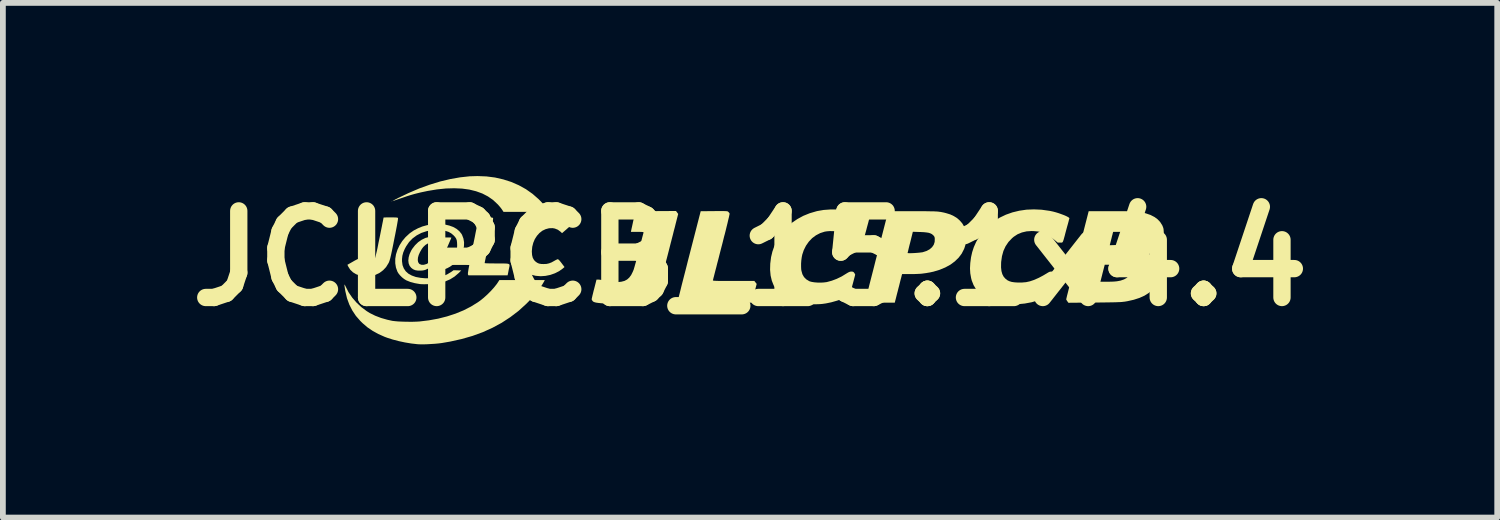
<source format=kicad_pcb>
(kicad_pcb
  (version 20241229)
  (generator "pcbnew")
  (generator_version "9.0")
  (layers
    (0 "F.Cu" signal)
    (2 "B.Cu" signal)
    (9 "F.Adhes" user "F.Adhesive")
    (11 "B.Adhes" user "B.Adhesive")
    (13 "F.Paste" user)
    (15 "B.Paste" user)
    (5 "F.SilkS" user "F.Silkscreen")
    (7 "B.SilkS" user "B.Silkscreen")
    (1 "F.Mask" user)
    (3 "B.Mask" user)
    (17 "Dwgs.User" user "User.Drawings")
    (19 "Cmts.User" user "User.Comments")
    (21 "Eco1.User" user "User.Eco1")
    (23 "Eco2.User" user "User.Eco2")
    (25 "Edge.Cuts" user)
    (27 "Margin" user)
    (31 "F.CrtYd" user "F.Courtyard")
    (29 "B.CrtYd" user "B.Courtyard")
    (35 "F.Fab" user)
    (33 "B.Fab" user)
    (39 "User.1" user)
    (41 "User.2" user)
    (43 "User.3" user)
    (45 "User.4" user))
  (footprint "JCLPCB_15.1x4.4"
    (layer "F.Cu")
    (at 9.943 1.425)
    (property "Reference" "JCLPCB_15.1x4.4" (at 0 0 0) (layer "F.SilkS") (effects (font (size 1.5 1.5) (thickness 0.3))))
    (attr board_only exclude_from_pos_files exclude_from_bom)
    (fp_poly (pts (xy -6.2 -0.986) (xy -6.204 -0.982) (xy -6.208 -0.986) (xy -6.204 -0.99)) (stroke (width 0) (type solid)) (fill yes) (layer "F.SilkS"))
    (fp_poly (pts (xy -4.567 -1.419) (xy -4.418 -1.4) (xy -4.274 -1.367) (xy -4.136 -1.323) (xy -4.006 -1.266) (xy -3.883 -1.198) (xy -3.768 -1.117) (xy -3.665 -1.027) (xy -3.628 -0.99) (xy -3.59 -0.949) (xy -3.555 -0.908) (xy -3.524 -0.87) (xy -3.501 -0.838) (xy -3.495 -0.828) (xy -3.482 -0.805) (xy -3.876 -0.805) (xy -4.271 -0.805) (xy -4.297 -0.845) (xy -4.315 -0.87) (xy -4.339 -0.899) (xy -4.365 -0.929) (xy -4.374 -0.938) (xy -4.452 -1.011) (xy -4.54 -1.072) (xy -4.638 -1.123) (xy -4.746 -1.162) (xy -4.863 -1.191) (xy -4.989 -1.208) (xy -5.125 -1.214) (xy -5.269 -1.21) (xy -5.423 -1.194) (xy -5.586 -1.167) (xy -5.643 -1.155) (xy -5.704 -1.142) (xy -5.762 -1.128) (xy -5.82 -1.113) (xy -5.879 -1.096) (xy -5.943 -1.076) (xy -6.013 -1.052) (xy -6.093 -1.025) (xy -6.182 -0.994) (xy -6.192 -0.991) (xy -6.189 -0.994) (xy -6.175 -1.003) (xy -6.151 -1.017) (xy -6.117 -1.034) (xy -6.103 -1.042) (xy -5.916 -1.131) (xy -5.731 -1.21) (xy -5.548 -1.276) (xy -5.369 -1.331) (xy -5.193 -1.373) (xy -5.023 -1.403) (xy -4.858 -1.421) (xy -4.722 -1.425)) (stroke (width 0) (type solid)) (fill yes) (layer "F.SilkS"))
    (fp_poly (pts (xy -4.533 -0.709) (xy -4.5 -0.708) (xy -4.477 -0.707) (xy -4.463 -0.704) (xy -4.455 -0.701) (xy -4.452 -0.697) (xy -4.451 -0.687) (xy -4.454 -0.662) (xy -4.461 -0.623) (xy -4.47 -0.57) (xy -4.482 -0.503) (xy -4.498 -0.422) (xy -4.517 -0.328) (xy -4.521 -0.304) (xy -4.536 -0.231) (xy -4.55 -0.163) (xy -4.562 -0.1) (xy -4.573 -0.044) (xy -4.582 0.004) (xy -4.59 0.041) (xy -4.595 0.067) (xy -4.597 0.081) (xy -4.598 0.083) (xy -4.591 0.084) (xy -4.571 0.086) (xy -4.54 0.087) (xy -4.5 0.088) (xy -4.452 0.088) (xy -4.399 0.089) (xy -4.392 0.089) (xy -4.327 0.089) (xy -4.275 0.089) (xy -4.235 0.09) (xy -4.206 0.092) (xy -4.186 0.096) (xy -4.174 0.102) (xy -4.167 0.111) (xy -4.166 0.123) (xy -4.168 0.139) (xy -4.172 0.159) (xy -4.173 0.162) (xy -4.18 0.196) (xy -4.187 0.232) (xy -4.191 0.253) (xy -4.2 0.295) (xy -4.539 0.295) (xy -4.879 0.295) (xy -4.887 0.278) (xy -4.888 0.272) (xy -4.887 0.261) (xy -4.886 0.243) (xy -4.882 0.219) (xy -4.877 0.186) (xy -4.869 0.144) (xy -4.86 0.093) (xy -4.848 0.03) (xy -4.833 -0.044) (xy -4.816 -0.131) (xy -4.801 -0.207) (xy -4.785 -0.289) (xy -4.769 -0.366) (xy -4.755 -0.439) (xy -4.742 -0.504) (xy -4.73 -0.562) (xy -4.72 -0.611) (xy -4.712 -0.65) (xy -4.707 -0.677) (xy -4.704 -0.691) (xy -4.703 -0.692) (xy -4.702 -0.699) (xy -4.698 -0.703) (xy -4.69 -0.706) (xy -4.676 -0.708) (xy -4.653 -0.709) (xy -4.62 -0.709) (xy -4.579 -0.709)) (stroke (width 0) (type solid)) (fill yes) (layer "F.SilkS"))
    (fp_poly (pts (xy -0.468 -0.819) (xy -0.438 -0.818) (xy -0.416 -0.817) (xy -0.401 -0.816) (xy -0.391 -0.814) (xy -0.384 -0.811) (xy -0.379 -0.807) (xy -0.376 -0.804) (xy -0.362 -0.789) (xy -0.354 -0.775) (xy -0.355 -0.766) (xy -0.36 -0.743) (xy -0.367 -0.709) (xy -0.378 -0.665) (xy -0.39 -0.612) (xy -0.405 -0.552) (xy -0.421 -0.486) (xy -0.439 -0.415) (xy -0.448 -0.383) (xy -0.478 -0.262) (xy -0.506 -0.155) (xy -0.53 -0.061) (xy -0.551 0.022) (xy -0.57 0.093) (xy -0.585 0.154) (xy -0.599 0.206) (xy -0.61 0.249) (xy -0.619 0.284) (xy -0.626 0.313) (xy -0.632 0.334) (xy -0.636 0.351) (xy -0.639 0.363) (xy -0.641 0.371) (xy -0.643 0.376) (xy -0.643 0.379) (xy -0.644 0.381) (xy -0.641 0.384) (xy -0.636 0.386) (xy -0.626 0.388) (xy -0.609 0.389) (xy -0.586 0.39) (xy -0.554 0.391) (xy -0.513 0.391) (xy -0.461 0.391) (xy -0.398 0.391) (xy -0.321 0.391) (xy -0.287 0.391) (xy 0.074 0.391) (xy 0.094 0.417) (xy 0.115 0.443) (xy 0.077 0.589) (xy 0.066 0.634) (xy 0.055 0.675) (xy 0.045 0.71) (xy 0.038 0.736) (xy 0.034 0.75) (xy 0.033 0.752) (xy 0.026 0.768) (xy -0.59 0.768) (xy -1.207 0.768) (xy -1.226 0.743) (xy -1.237 0.726) (xy -1.244 0.711) (xy -1.244 0.708) (xy -1.243 0.7) (xy -1.237 0.678) (xy -1.229 0.644) (xy -1.217 0.598) (xy -1.203 0.542) (xy -1.187 0.476) (xy -1.168 0.402) (xy -1.147 0.32) (xy -1.124 0.231) (xy -1.1 0.137) (xy -1.075 0.037) (xy -1.05 -0.059) (xy -0.855 -0.816) (xy -0.624 -0.818) (xy -0.56 -0.819) (xy -0.508 -0.819)) (stroke (width 0) (type solid)) (fill yes) (layer "F.SilkS"))
    (fp_poly (pts (xy -3.311 -0.718) (xy -3.242 -0.697) (xy -3.18 -0.665) (xy -3.131 -0.627) (xy -3.112 -0.608) (xy -3.098 -0.592) (xy -3.093 -0.583) (xy -3.093 -0.583) (xy -3.099 -0.576) (xy -3.114 -0.561) (xy -3.136 -0.541) (xy -3.164 -0.517) (xy -3.176 -0.506) (xy -3.257 -0.436) (xy -3.283 -0.461) (xy -3.329 -0.495) (xy -3.381 -0.516) (xy -3.42 -0.523) (xy -3.482 -0.521) (xy -3.542 -0.505) (xy -3.598 -0.478) (xy -3.648 -0.439) (xy -3.691 -0.391) (xy -3.728 -0.334) (xy -3.755 -0.27) (xy -3.773 -0.2) (xy -3.78 -0.125) (xy -3.78 -0.114) (xy -3.776 -0.057) (xy -3.764 -0.009) (xy -3.742 0.03) (xy -3.719 0.054) (xy -3.689 0.076) (xy -3.656 0.091) (xy -3.616 0.098) (xy -3.575 0.099) (xy -3.526 0.097) (xy -3.482 0.087) (xy -3.438 0.07) (xy -3.391 0.044) (xy -3.366 0.03) (xy -3.345 0.02) (xy -3.331 0.015) (xy -3.329 0.015) (xy -3.319 0.021) (xy -3.301 0.038) (xy -3.278 0.066) (xy -3.265 0.083) (xy -3.214 0.151) (xy -3.243 0.176) (xy -3.307 0.222) (xy -3.38 0.259) (xy -3.46 0.287) (xy -3.543 0.304) (xy -3.627 0.31) (xy -3.709 0.303) (xy -3.713 0.303) (xy -3.792 0.283) (xy -3.861 0.252) (xy -3.92 0.212) (xy -3.968 0.162) (xy -4.006 0.103) (xy -4.032 0.037) (xy -4.046 -0.037) (xy -4.048 -0.118) (xy -4.037 -0.204) (xy -4.032 -0.229) (xy -4.011 -0.301) (xy -3.982 -0.372) (xy -3.954 -0.426) (xy -3.931 -0.459) (xy -3.9 -0.498) (xy -3.864 -0.536) (xy -3.827 -0.573) (xy -3.793 -0.602) (xy -3.778 -0.613) (xy -3.702 -0.658) (xy -3.623 -0.692) (xy -3.542 -0.715) (xy -3.463 -0.727) (xy -3.385 -0.728)) (stroke (width 0) (type solid)) (fill yes) (layer "F.SilkS"))
    (fp_poly (pts (xy -3.568 0.401) (xy -3.603 0.46) (xy -3.648 0.526) (xy -3.701 0.596) (xy -3.762 0.668) (xy -3.828 0.74) (xy -3.879 0.791) (xy -4.011 0.911) (xy -4.153 1.019) (xy -4.303 1.117) (xy -4.462 1.203) (xy -4.63 1.279) (xy -4.808 1.344) (xy -4.996 1.398) (xy -5.194 1.442) (xy -5.339 1.467) (xy -5.394 1.474) (xy -5.457 1.48) (xy -5.522 1.484) (xy -5.589 1.488) (xy -5.652 1.49) (xy -5.708 1.49) (xy -5.754 1.488) (xy -5.765 1.487) (xy -5.87 1.475) (xy -5.978 1.457) (xy -6.086 1.434) (xy -6.189 1.407) (xy -6.283 1.377) (xy -6.329 1.36) (xy -6.439 1.311) (xy -6.537 1.257) (xy -6.627 1.196) (xy -6.71 1.125) (xy -6.751 1.085) (xy -6.828 0.997) (xy -6.891 0.902) (xy -6.942 0.801) (xy -6.982 0.692) (xy -7.01 0.573) (xy -7.013 0.558) (xy -7.02 0.512) (xy -7.025 0.48) (xy -7.026 0.461) (xy -7.025 0.454) (xy -7.02 0.459) (xy -7.012 0.475) (xy -7.006 0.487) (xy -6.956 0.586) (xy -6.892 0.68) (xy -6.817 0.767) (xy -6.733 0.846) (xy -6.64 0.915) (xy -6.585 0.949) (xy -6.494 0.994) (xy -6.392 1.033) (xy -6.283 1.064) (xy -6.197 1.083) (xy -6.156 1.088) (xy -6.103 1.093) (xy -6.042 1.096) (xy -5.976 1.098) (xy -5.908 1.099) (xy -5.841 1.099) (xy -5.779 1.097) (xy -5.726 1.094) (xy -5.562 1.074) (xy -5.403 1.045) (xy -5.249 1.006) (xy -5.102 0.958) (xy -4.963 0.901) (xy -4.834 0.835) (xy -4.716 0.762) (xy -4.675 0.733) (xy -4.613 0.683) (xy -4.55 0.626) (xy -4.49 0.566) (xy -4.435 0.505) (xy -4.389 0.447) (xy -4.364 0.41) (xy -4.343 0.377) (xy -3.949 0.377) (xy -3.556 0.377)) (stroke (width 0) (type solid)) (fill yes) (layer "F.SilkS"))
    (fp_poly (pts (xy -6.181 -0.709) (xy -6.147 -0.708) (xy -6.125 -0.707) (xy -6.11 -0.705) (xy -6.102 -0.701) (xy -6.099 -0.697) (xy -6.098 -0.687) (xy -6.101 -0.662) (xy -6.108 -0.622) (xy -6.117 -0.569) (xy -6.13 -0.501) (xy -6.146 -0.418) (xy -6.164 -0.329) (xy -6.18 -0.247) (xy -6.194 -0.178) (xy -6.206 -0.12) (xy -6.216 -0.073) (xy -6.225 -0.035) (xy -6.232 -0.004) (xy -6.239 0.02) (xy -6.245 0.04) (xy -6.251 0.057) (xy -6.257 0.072) (xy -6.264 0.085) (xy -6.304 0.15) (xy -6.355 0.205) (xy -6.416 0.251) (xy -6.486 0.285) (xy -6.509 0.293) (xy -6.54 0.3) (xy -6.581 0.304) (xy -6.628 0.307) (xy -6.675 0.307) (xy -6.718 0.305) (xy -6.752 0.3) (xy -6.757 0.299) (xy -6.823 0.276) (xy -6.879 0.242) (xy -6.925 0.198) (xy -6.958 0.147) (xy -6.975 0.112) (xy -6.884 0.06) (xy -6.851 0.041) (xy -6.821 0.025) (xy -6.798 0.014) (xy -6.784 0.008) (xy -6.782 0.007) (xy -6.771 0.013) (xy -6.757 0.028) (xy -6.748 0.039) (xy -6.724 0.069) (xy -6.701 0.087) (xy -6.673 0.097) (xy -6.636 0.1) (xy -6.633 0.1) (xy -6.6 0.098) (xy -6.577 0.094) (xy -6.557 0.085) (xy -6.554 0.083) (xy -6.542 0.075) (xy -6.532 0.066) (xy -6.522 0.055) (xy -6.513 0.04) (xy -6.505 0.021) (xy -6.496 -0.004) (xy -6.487 -0.036) (xy -6.477 -0.077) (xy -6.465 -0.127) (xy -6.452 -0.187) (xy -6.438 -0.26) (xy -6.42 -0.346) (xy -6.418 -0.355) (xy -6.404 -0.425) (xy -6.391 -0.49) (xy -6.379 -0.549) (xy -6.369 -0.601) (xy -6.36 -0.644) (xy -6.354 -0.677) (xy -6.35 -0.698) (xy -6.348 -0.707) (xy -6.348 -0.707) (xy -6.341 -0.707) (xy -6.322 -0.708) (xy -6.293 -0.709) (xy -6.256 -0.709) (xy -6.227 -0.709)) (stroke (width 0) (type solid)) (fill yes) (layer "F.SilkS"))
    (fp_poly (pts (xy -1.264 -0.795) (xy -1.245 -0.769) (xy -1.288 -0.601) (xy -1.303 -0.54) (xy -1.321 -0.473) (xy -1.338 -0.404) (xy -1.355 -0.339) (xy -1.369 -0.283) (xy -1.37 -0.281) (xy -1.397 -0.174) (xy -1.421 -0.08) (xy -1.442 0.001) (xy -1.461 0.072) (xy -1.477 0.132) (xy -1.49 0.182) (xy -1.502 0.225) (xy -1.512 0.261) (xy -1.521 0.29) (xy -1.529 0.315) (xy -1.536 0.335) (xy -1.542 0.353) (xy -1.549 0.369) (xy -1.555 0.383) (xy -1.558 0.389) (xy -1.606 0.476) (xy -1.661 0.551) (xy -1.726 0.615) (xy -1.799 0.668) (xy -1.883 0.711) (xy -1.978 0.745) (xy -2.024 0.757) (xy -2.111 0.774) (xy -2.21 0.784) (xy -2.318 0.789) (xy -2.433 0.788) (xy -2.528 0.782) (xy -2.587 0.777) (xy -2.634 0.772) (xy -2.668 0.767) (xy -2.694 0.76) (xy -2.712 0.753) (xy -2.724 0.743) (xy -2.727 0.74) (xy -2.738 0.724) (xy -2.744 0.71) (xy -2.744 0.709) (xy -2.742 0.699) (xy -2.737 0.677) (xy -2.73 0.645) (xy -2.72 0.605) (xy -2.709 0.559) (xy -2.702 0.534) (xy -2.66 0.369) (xy -2.615 0.369) (xy -2.559 0.376) (xy -2.514 0.389) (xy -2.485 0.398) (xy -2.456 0.404) (xy -2.422 0.409) (xy -2.379 0.411) (xy -2.369 0.412) (xy -2.293 0.412) (xy -2.229 0.405) (xy -2.175 0.391) (xy -2.13 0.367) (xy -2.093 0.334) (xy -2.06 0.29) (xy -2.032 0.234) (xy -2.016 0.196) (xy -2.011 0.179) (xy -2.002 0.149) (xy -1.991 0.109) (xy -1.977 0.06) (xy -1.962 0.004) (xy -1.946 -0.057) (xy -1.929 -0.122) (xy -1.924 -0.141) (xy -1.908 -0.204) (xy -1.893 -0.264) (xy -1.879 -0.317) (xy -1.867 -0.364) (xy -1.857 -0.401) (xy -1.85 -0.428) (xy -1.846 -0.443) (xy -1.846 -0.445) (xy -1.845 -0.45) (xy -1.849 -0.453) (xy -1.858 -0.456) (xy -1.876 -0.457) (xy -1.904 -0.458) (xy -1.944 -0.458) (xy -1.953 -0.458) (xy -2.064 -0.458) (xy -2.06 -0.479) (xy -2.057 -0.492) (xy -2.052 -0.517) (xy -2.044 -0.552) (xy -2.035 -0.594) (xy -2.025 -0.641) (xy -2.021 -0.658) (xy -1.986 -0.816) (xy -1.635 -0.818) (xy -1.283 -0.82)) (stroke (width 0) (type solid)) (fill yes) (layer "F.SilkS"))
    (fp_poly (pts (xy 2.902 -0.816) (xy 2.979 -0.816) (xy 3.045 -0.816) (xy 3.1 -0.815) (xy 3.145 -0.814) (xy 3.183 -0.814) (xy 3.214 -0.812) (xy 3.24 -0.811) (xy 3.261 -0.809) (xy 3.281 -0.806) (xy 3.299 -0.804) (xy 3.305 -0.803) (xy 3.392 -0.784) (xy 3.467 -0.761) (xy 3.531 -0.731) (xy 3.587 -0.696) (xy 3.631 -0.657) (xy 3.675 -0.607) (xy 3.707 -0.553) (xy 3.729 -0.494) (xy 3.741 -0.426) (xy 3.744 -0.366) (xy 3.741 -0.296) (xy 3.731 -0.234) (xy 3.713 -0.176) (xy 3.706 -0.159) (xy 3.666 -0.081) (xy 3.613 -0.011) (xy 3.547 0.053) (xy 3.47 0.11) (xy 3.382 0.158) (xy 3.283 0.199) (xy 3.173 0.232) (xy 3.054 0.255) (xy 2.979 0.265) (xy 2.947 0.268) (xy 2.904 0.27) (xy 2.856 0.272) (xy 2.805 0.273) (xy 2.77 0.273) (xy 2.634 0.273) (xy 2.626 0.301) (xy 2.623 0.315) (xy 2.616 0.342) (xy 2.606 0.379) (xy 2.595 0.423) (xy 2.583 0.472) (xy 2.57 0.521) (xy 2.557 0.573) (xy 2.544 0.622) (xy 2.533 0.666) (xy 2.524 0.702) (xy 2.517 0.728) (xy 2.514 0.74) (xy 2.507 0.768) (xy 2.275 0.768) (xy 2.043 0.768) (xy 2.024 0.743) (xy 2.012 0.726) (xy 2.006 0.711) (xy 2.005 0.708) (xy 2.007 0.7) (xy 2.013 0.678) (xy 2.021 0.644) (xy 2.032 0.598) (xy 2.047 0.542) (xy 2.063 0.476) (xy 2.082 0.402) (xy 2.103 0.32) (xy 2.126 0.231) (xy 2.15 0.137) (xy 2.175 0.037) (xy 2.2 -0.059) (xy 2.208 -0.092) (xy 2.729 -0.092) (xy 2.736 -0.09) (xy 2.755 -0.089) (xy 2.783 -0.089) (xy 2.817 -0.09) (xy 2.855 -0.092) (xy 2.894 -0.095) (xy 2.93 -0.098) (xy 2.962 -0.102) (xy 2.987 -0.105) (xy 2.994 -0.107) (xy 3.059 -0.128) (xy 3.112 -0.157) (xy 3.153 -0.193) (xy 3.182 -0.235) (xy 3.198 -0.284) (xy 3.2 -0.338) (xy 3.2 -0.342) (xy 3.196 -0.368) (xy 3.186 -0.386) (xy 3.17 -0.403) (xy 3.149 -0.42) (xy 3.125 -0.432) (xy 3.096 -0.442) (xy 3.059 -0.448) (xy 3.012 -0.453) (xy 2.953 -0.456) (xy 2.943 -0.456) (xy 2.82 -0.46) (xy 2.775 -0.278) (xy 2.762 -0.229) (xy 2.751 -0.184) (xy 2.742 -0.146) (xy 2.735 -0.116) (xy 2.73 -0.098) (xy 2.729 -0.092) (xy 2.208 -0.092) (xy 2.394 -0.816) (xy 2.811 -0.816)) (stroke (width 0) (type solid)) (fill yes) (layer "F.SilkS"))
    (fp_poly (pts (xy 5.051 -0.842) (xy 5.186 -0.823) (xy 5.207 -0.819) (xy 5.253 -0.809) (xy 5.301 -0.796) (xy 5.349 -0.781) (xy 5.396 -0.764) (xy 5.439 -0.748) (xy 5.476 -0.732) (xy 5.505 -0.717) (xy 5.524 -0.705) (xy 5.532 -0.695) (xy 5.532 -0.692) (xy 5.529 -0.683) (xy 5.523 -0.661) (xy 5.515 -0.629) (xy 5.504 -0.589) (xy 5.491 -0.543) (xy 5.48 -0.502) (xy 5.463 -0.439) (xy 5.45 -0.388) (xy 5.439 -0.349) (xy 5.431 -0.32) (xy 5.423 -0.299) (xy 5.417 -0.285) (xy 5.41 -0.277) (xy 5.403 -0.273) (xy 5.395 -0.272) (xy 5.385 -0.273) (xy 5.373 -0.273) (xy 5.329 -0.273) (xy 5.258 -0.332) (xy 5.191 -0.383) (xy 5.125 -0.421) (xy 5.059 -0.448) (xy 4.989 -0.465) (xy 4.912 -0.472) (xy 4.879 -0.473) (xy 4.79 -0.467) (xy 4.709 -0.448) (xy 4.634 -0.417) (xy 4.567 -0.373) (xy 4.539 -0.349) (xy 4.477 -0.284) (xy 4.427 -0.21) (xy 4.389 -0.128) (xy 4.364 -0.037) (xy 4.35 0.061) (xy 4.349 0.083) (xy 4.348 0.158) (xy 4.355 0.221) (xy 4.37 0.274) (xy 4.393 0.318) (xy 4.424 0.353) (xy 4.429 0.357) (xy 4.46 0.381) (xy 4.494 0.397) (xy 4.534 0.409) (xy 4.583 0.416) (xy 4.634 0.419) (xy 4.711 0.419) (xy 4.781 0.413) (xy 4.849 0.398) (xy 4.917 0.375) (xy 4.99 0.343) (xy 5.005 0.336) (xy 5.043 0.316) (xy 5.082 0.295) (xy 5.117 0.274) (xy 5.136 0.263) (xy 5.165 0.245) (xy 5.187 0.234) (xy 5.206 0.23) (xy 5.219 0.229) (xy 5.242 0.231) (xy 5.257 0.238) (xy 5.268 0.251) (xy 5.279 0.267) (xy 5.284 0.28) (xy 5.285 0.281) (xy 5.283 0.29) (xy 5.278 0.31) (xy 5.27 0.34) (xy 5.26 0.377) (xy 5.249 0.419) (xy 5.238 0.464) (xy 5.226 0.508) (xy 5.214 0.551) (xy 5.204 0.59) (xy 5.195 0.621) (xy 5.189 0.644) (xy 5.185 0.655) (xy 5.185 0.656) (xy 5.176 0.661) (xy 5.155 0.669) (xy 5.126 0.68) (xy 5.09 0.693) (xy 5.049 0.707) (xy 5.007 0.721) (xy 4.966 0.735) (xy 4.928 0.746) (xy 4.895 0.756) (xy 4.877 0.761) (xy 4.759 0.783) (xy 4.636 0.795) (xy 4.51 0.796) (xy 4.409 0.789) (xy 4.302 0.771) (xy 4.204 0.743) (xy 4.116 0.706) (xy 4.039 0.659) (xy 3.972 0.603) (xy 3.916 0.538) (xy 3.872 0.464) (xy 3.84 0.383) (xy 3.83 0.344) (xy 3.815 0.26) (xy 3.81 0.174) (xy 3.815 0.081) (xy 3.828 -0.018) (xy 3.848 -0.107) (xy 3.876 -0.193) (xy 3.914 -0.279) (xy 3.924 -0.298) (xy 3.984 -0.399) (xy 4.055 -0.49) (xy 4.136 -0.571) (xy 4.226 -0.643) (xy 4.325 -0.705) (xy 4.432 -0.756) (xy 4.545 -0.796) (xy 4.665 -0.825) (xy 4.789 -0.843) (xy 4.918 -0.848)) (stroke (width 0) (type solid)) (fill yes) (layer "F.SilkS"))
    (fp_poly (pts (xy 6.279 -0.816) (xy 6.369 -0.816) (xy 6.446 -0.816) (xy 6.511 -0.816) (xy 6.566 -0.815) (xy 6.61 -0.814) (xy 6.647 -0.813) (xy 6.677 -0.812) (xy 6.701 -0.811) (xy 6.721 -0.809) (xy 6.739 -0.806) (xy 6.755 -0.804) (xy 6.758 -0.803) (xy 6.853 -0.78) (xy 6.935 -0.752) (xy 7.004 -0.717) (xy 7.06 -0.676) (xy 7.105 -0.628) (xy 7.139 -0.574) (xy 7.141 -0.571) (xy 7.152 -0.544) (xy 7.16 -0.521) (xy 7.164 -0.496) (xy 7.166 -0.463) (xy 7.167 -0.449) (xy 7.163 -0.372) (xy 7.146 -0.302) (xy 7.116 -0.239) (xy 7.073 -0.183) (xy 7.018 -0.135) (xy 6.964 -0.102) (xy 6.941 -0.09) (xy 6.924 -0.08) (xy 6.917 -0.074) (xy 6.917 -0.074) (xy 6.923 -0.069) (xy 6.938 -0.059) (xy 6.953 -0.05) (xy 7.008 -0.011) (xy 7.051 0.036) (xy 7.081 0.091) (xy 7.1 0.154) (xy 7.106 0.223) (xy 7.102 0.28) (xy 7.086 0.357) (xy 7.06 0.425) (xy 7.022 0.486) (xy 6.972 0.543) (xy 6.907 0.599) (xy 6.832 0.647) (xy 6.745 0.686) (xy 6.646 0.718) (xy 6.534 0.743) (xy 6.486 0.751) (xy 6.465 0.753) (xy 6.441 0.756) (xy 6.412 0.758) (xy 6.377 0.759) (xy 6.335 0.761) (xy 6.284 0.762) (xy 6.224 0.763) (xy 6.153 0.764) (xy 6.07 0.765) (xy 5.974 0.766) (xy 5.959 0.766) (xy 5.515 0.77) (xy 5.496 0.744) (xy 5.484 0.726) (xy 5.477 0.712) (xy 5.477 0.708) (xy 5.479 0.7) (xy 5.484 0.678) (xy 5.492 0.644) (xy 5.504 0.598) (xy 5.518 0.542) (xy 5.535 0.476) (xy 5.552 0.406) (xy 6.069 0.406) (xy 6.181 0.406) (xy 6.226 0.405) (xy 6.27 0.404) (xy 6.311 0.402) (xy 6.342 0.399) (xy 6.348 0.399) (xy 6.418 0.386) (xy 6.476 0.366) (xy 6.522 0.341) (xy 6.555 0.31) (xy 6.576 0.275) (xy 6.582 0.234) (xy 6.582 0.219) (xy 6.577 0.194) (xy 6.568 0.174) (xy 6.564 0.168) (xy 6.542 0.15) (xy 6.509 0.136) (xy 6.465 0.125) (xy 6.409 0.117) (xy 6.34 0.112) (xy 6.257 0.111) (xy 6.252 0.111) (xy 6.144 0.111) (xy 6.106 0.259) (xy 6.069 0.406) (xy 5.552 0.406) (xy 5.553 0.402) (xy 5.574 0.32) (xy 5.597 0.231) (xy 5.621 0.137) (xy 5.647 0.037) (xy 5.671 -0.059) (xy 5.715 -0.227) (xy 6.231 -0.227) (xy 6.358 -0.231) (xy 6.42 -0.233) (xy 6.468 -0.237) (xy 6.503 -0.242) (xy 6.52 -0.246) (xy 6.568 -0.267) (xy 6.602 -0.294) (xy 6.622 -0.322) (xy 6.634 -0.359) (xy 6.633 -0.392) (xy 6.619 -0.418) (xy 6.591 -0.438) (xy 6.568 -0.447) (xy 6.545 -0.452) (xy 6.513 -0.455) (xy 6.471 -0.457) (xy 6.416 -0.458) (xy 6.41 -0.458) (xy 6.29 -0.458) (xy 6.282 -0.43) (xy 6.278 -0.412) (xy 6.27 -0.384) (xy 6.262 -0.349) (xy 6.253 -0.315) (xy 6.231 -0.227) (xy 5.715 -0.227) (xy 5.866 -0.816)) (stroke (width 0) (type solid)) (fill yes) (layer "F.SilkS"))
    (fp_poly (pts (xy 1.5 -0.846) (xy 1.616 -0.838) (xy 1.729 -0.821) (xy 1.838 -0.796) (xy 1.939 -0.764) (xy 2.02 -0.729) (xy 2.046 -0.715) (xy 2.06 -0.705) (xy 2.066 -0.696) (xy 2.066 -0.691) (xy 2.063 -0.679) (xy 2.057 -0.656) (xy 2.049 -0.624) (xy 2.038 -0.584) (xy 2.026 -0.54) (xy 2.014 -0.493) (xy 2.001 -0.446) (xy 1.989 -0.402) (xy 1.978 -0.362) (xy 1.969 -0.329) (xy 1.963 -0.306) (xy 1.96 -0.297) (xy 1.955 -0.284) (xy 1.948 -0.277) (xy 1.935 -0.274) (xy 1.913 -0.273) (xy 1.908 -0.273) (xy 1.888 -0.274) (xy 1.873 -0.276) (xy 1.859 -0.282) (xy 1.843 -0.293) (xy 1.82 -0.311) (xy 1.807 -0.322) (xy 1.749 -0.367) (xy 1.689 -0.406) (xy 1.631 -0.436) (xy 1.592 -0.451) (xy 1.549 -0.461) (xy 1.497 -0.468) (xy 1.441 -0.471) (xy 1.383 -0.472) (xy 1.331 -0.468) (xy 1.293 -0.462) (xy 1.215 -0.437) (xy 1.142 -0.399) (xy 1.076 -0.35) (xy 1.018 -0.289) (xy 0.969 -0.219) (xy 0.93 -0.141) (xy 0.904 -0.063) (xy 0.895 -0.017) (xy 0.888 0.035) (xy 0.884 0.091) (xy 0.884 0.144) (xy 0.886 0.191) (xy 0.89 0.215) (xy 0.907 0.276) (xy 0.935 0.325) (xy 0.974 0.364) (xy 1.023 0.394) (xy 1.037 0.4) (xy 1.072 0.409) (xy 1.117 0.416) (xy 1.169 0.42) (xy 1.223 0.421) (xy 1.277 0.418) (xy 1.325 0.412) (xy 1.334 0.41) (xy 1.415 0.388) (xy 1.5 0.356) (xy 1.587 0.314) (xy 1.67 0.263) (xy 1.7 0.245) (xy 1.722 0.235) (xy 1.741 0.23) (xy 1.755 0.229) (xy 1.778 0.231) (xy 1.793 0.238) (xy 1.804 0.251) (xy 1.815 0.268) (xy 1.821 0.281) (xy 1.821 0.282) (xy 1.819 0.291) (xy 1.814 0.312) (xy 1.806 0.342) (xy 1.796 0.38) (xy 1.785 0.422) (xy 1.773 0.466) (xy 1.761 0.511) (xy 1.749 0.554) (xy 1.739 0.592) (xy 1.73 0.623) (xy 1.724 0.645) (xy 1.72 0.656) (xy 1.72 0.656) (xy 1.713 0.66) (xy 1.694 0.667) (xy 1.666 0.678) (xy 1.632 0.691) (xy 1.609 0.699) (xy 1.505 0.734) (xy 1.406 0.762) (xy 1.314 0.781) (xy 1.25 0.79) (xy 1.212 0.793) (xy 1.167 0.795) (xy 1.118 0.796) (xy 1.07 0.796) (xy 1.026 0.796) (xy 0.992 0.794) (xy 0.982 0.793) (xy 0.901 0.782) (xy 0.832 0.769) (xy 0.771 0.753) (xy 0.717 0.735) (xy 0.665 0.712) (xy 0.66 0.709) (xy 0.579 0.662) (xy 0.511 0.606) (xy 0.454 0.541) (xy 0.409 0.468) (xy 0.377 0.387) (xy 0.356 0.297) (xy 0.347 0.198) (xy 0.35 0.09) (xy 0.351 0.084) (xy 0.364 -0.02) (xy 0.387 -0.116) (xy 0.419 -0.208) (xy 0.45 -0.277) (xy 0.486 -0.344) (xy 0.521 -0.401) (xy 0.561 -0.454) (xy 0.607 -0.506) (xy 0.642 -0.543) (xy 0.725 -0.616) (xy 0.819 -0.68) (xy 0.922 -0.736) (xy 1.033 -0.781) (xy 1.149 -0.815) (xy 1.17 -0.82) (xy 1.275 -0.838) (xy 1.386 -0.846)) (stroke (width 0) (type solid)) (fill yes) (layer "F.SilkS"))
    (fp_poly (pts (xy -5.355 -0.593) (xy -5.279 -0.584) (xy -5.208 -0.567) (xy -5.142 -0.543) (xy -5.085 -0.511) (xy -5.037 -0.471) (xy -4.999 -0.424) (xy -4.989 -0.406) (xy -4.965 -0.343) (xy -4.954 -0.277) (xy -4.956 -0.209) (xy -4.97 -0.142) (xy -4.996 -0.075) (xy -5.032 -0.012) (xy -5.078 0.047) (xy -5.134 0.1) (xy -5.199 0.146) (xy -5.244 0.17) (xy -5.307 0.196) (xy -5.369 0.21) (xy -5.435 0.214) (xy -5.454 0.213) (xy -5.486 0.211) (xy -5.506 0.208) (xy -5.518 0.203) (xy -5.528 0.195) (xy -5.528 0.194) (xy -5.539 0.179) (xy -5.544 0.169) (xy -5.552 0.169) (xy -5.569 0.174) (xy -5.592 0.184) (xy -5.595 0.186) (xy -5.623 0.199) (xy -5.647 0.206) (xy -5.676 0.211) (xy -5.708 0.213) (xy -5.759 0.212) (xy -5.801 0.205) (xy -5.837 0.189) (xy -5.869 0.165) (xy -5.897 0.13) (xy -5.914 0.087) (xy -5.92 0.037) (xy -5.919 0.031) (xy -5.756 0.031) (xy -5.75 0.065) (xy -5.734 0.091) (xy -5.725 0.099) (xy -5.691 0.112) (xy -5.651 0.112) (xy -5.606 0.099) (xy -5.597 0.095) (xy -5.556 0.068) (xy -5.517 0.028) (xy -5.482 -0.024) (xy -5.465 -0.055) (xy -5.44 -0.112) (xy -5.428 -0.161) (xy -5.427 -0.201) (xy -5.438 -0.233) (xy -5.46 -0.257) (xy -5.469 -0.262) (xy -5.504 -0.272) (xy -5.543 -0.27) (xy -5.584 -0.256) (xy -5.623 -0.232) (xy -5.66 -0.197) (xy -5.686 -0.163) (xy -5.717 -0.109) (xy -5.74 -0.058) (xy -5.753 -0.011) (xy -5.756 0.031) (xy -5.919 0.031) (xy -5.914 -0.017) (xy -5.898 -0.074) (xy -5.87 -0.134) (xy -5.852 -0.164) (xy -5.804 -0.226) (xy -5.749 -0.28) (xy -5.688 -0.322) (xy -5.624 -0.353) (xy -5.56 -0.37) (xy -5.509 -0.373) (xy -5.462 -0.369) (xy -5.422 -0.357) (xy -5.391 -0.338) (xy -5.378 -0.324) (xy -5.37 -0.313) (xy -5.364 -0.312) (xy -5.357 -0.321) (xy -5.348 -0.338) (xy -5.336 -0.362) (xy -5.255 -0.362) (xy -5.222 -0.362) (xy -5.196 -0.361) (xy -5.179 -0.36) (xy -5.174 -0.359) (xy -5.177 -0.352) (xy -5.184 -0.333) (xy -5.196 -0.306) (xy -5.21 -0.273) (xy -5.215 -0.261) (xy -5.233 -0.22) (xy -5.255 -0.17) (xy -5.278 -0.117) (xy -5.3 -0.066) (xy -5.308 -0.048) (xy -5.324 -0.008) (xy -5.338 0.027) (xy -5.349 0.056) (xy -5.356 0.077) (xy -5.357 0.085) (xy -5.349 0.096) (xy -5.332 0.099) (xy -5.306 0.093) (xy -5.275 0.079) (xy -5.264 0.073) (xy -5.212 0.035) (xy -5.163 -0.013) (xy -5.123 -0.066) (xy -5.102 -0.101) (xy -5.089 -0.128) (xy -5.081 -0.149) (xy -5.077 -0.169) (xy -5.075 -0.193) (xy -5.074 -0.226) (xy -5.074 -0.232) (xy -5.076 -0.278) (xy -5.081 -0.314) (xy -5.092 -0.343) (xy -5.111 -0.371) (xy -5.137 -0.399) (xy -5.176 -0.432) (xy -5.22 -0.457) (xy -5.272 -0.474) (xy -5.333 -0.485) (xy -5.406 -0.489) (xy -5.432 -0.489) (xy -5.48 -0.488) (xy -5.519 -0.486) (xy -5.553 -0.481) (xy -5.587 -0.474) (xy -5.604 -0.47) (xy -5.694 -0.44) (xy -5.774 -0.398) (xy -5.846 -0.345) (xy -5.907 -0.282) (xy -5.958 -0.207) (xy -5.982 -0.162) (xy -6.008 -0.101) (xy -6.023 -0.044) (xy -6.029 0.011) (xy -6.029 0.051) (xy -6.02 0.118) (xy -5.998 0.175) (xy -5.964 0.225) (xy -5.918 0.266) (xy -5.86 0.298) (xy -5.79 0.323) (xy -5.708 0.338) (xy -5.631 0.345) (xy -5.522 0.345) (xy -5.422 0.334) (xy -5.331 0.312) (xy -5.249 0.279) (xy -5.179 0.237) (xy -5.135 0.206) (xy -5.069 0.208) (xy -5.003 0.21) (xy -5.051 0.258) (xy -5.119 0.316) (xy -5.196 0.364) (xy -5.283 0.401) (xy -5.38 0.429) (xy -5.409 0.434) (xy -5.45 0.439) (xy -5.497 0.443) (xy -5.548 0.446) (xy -5.599 0.448) (xy -5.646 0.449) (xy -5.687 0.448) (xy -5.716 0.446) (xy -5.717 0.446) (xy -5.808 0.43) (xy -5.886 0.409) (xy -5.953 0.382) (xy -5.96 0.378) (xy -5.994 0.357) (xy -6.03 0.328) (xy -6.064 0.294) (xy -6.092 0.259) (xy -6.108 0.232) (xy -6.134 0.161) (xy -6.146 0.086) (xy -6.146 0.009) (xy -6.133 -0.07) (xy -6.108 -0.148) (xy -6.072 -0.225) (xy -6.025 -0.299) (xy -5.968 -0.367) (xy -5.9 -0.43) (xy -5.891 -0.437) (xy -5.825 -0.483) (xy -5.752 -0.521) (xy -5.676 -0.552) (xy -5.596 -0.574) (xy -5.515 -0.588) (xy -5.434 -0.594)) (stroke (width 0) (type solid)) (fill yes) (layer "F.SilkS")))
  (gr_rect
    (start -3 -3)
    (end 22.886 5.915)
    (stroke (width 0.1) (type default))
    (fill no)
    (layer "Edge.Cuts")))
</source>
